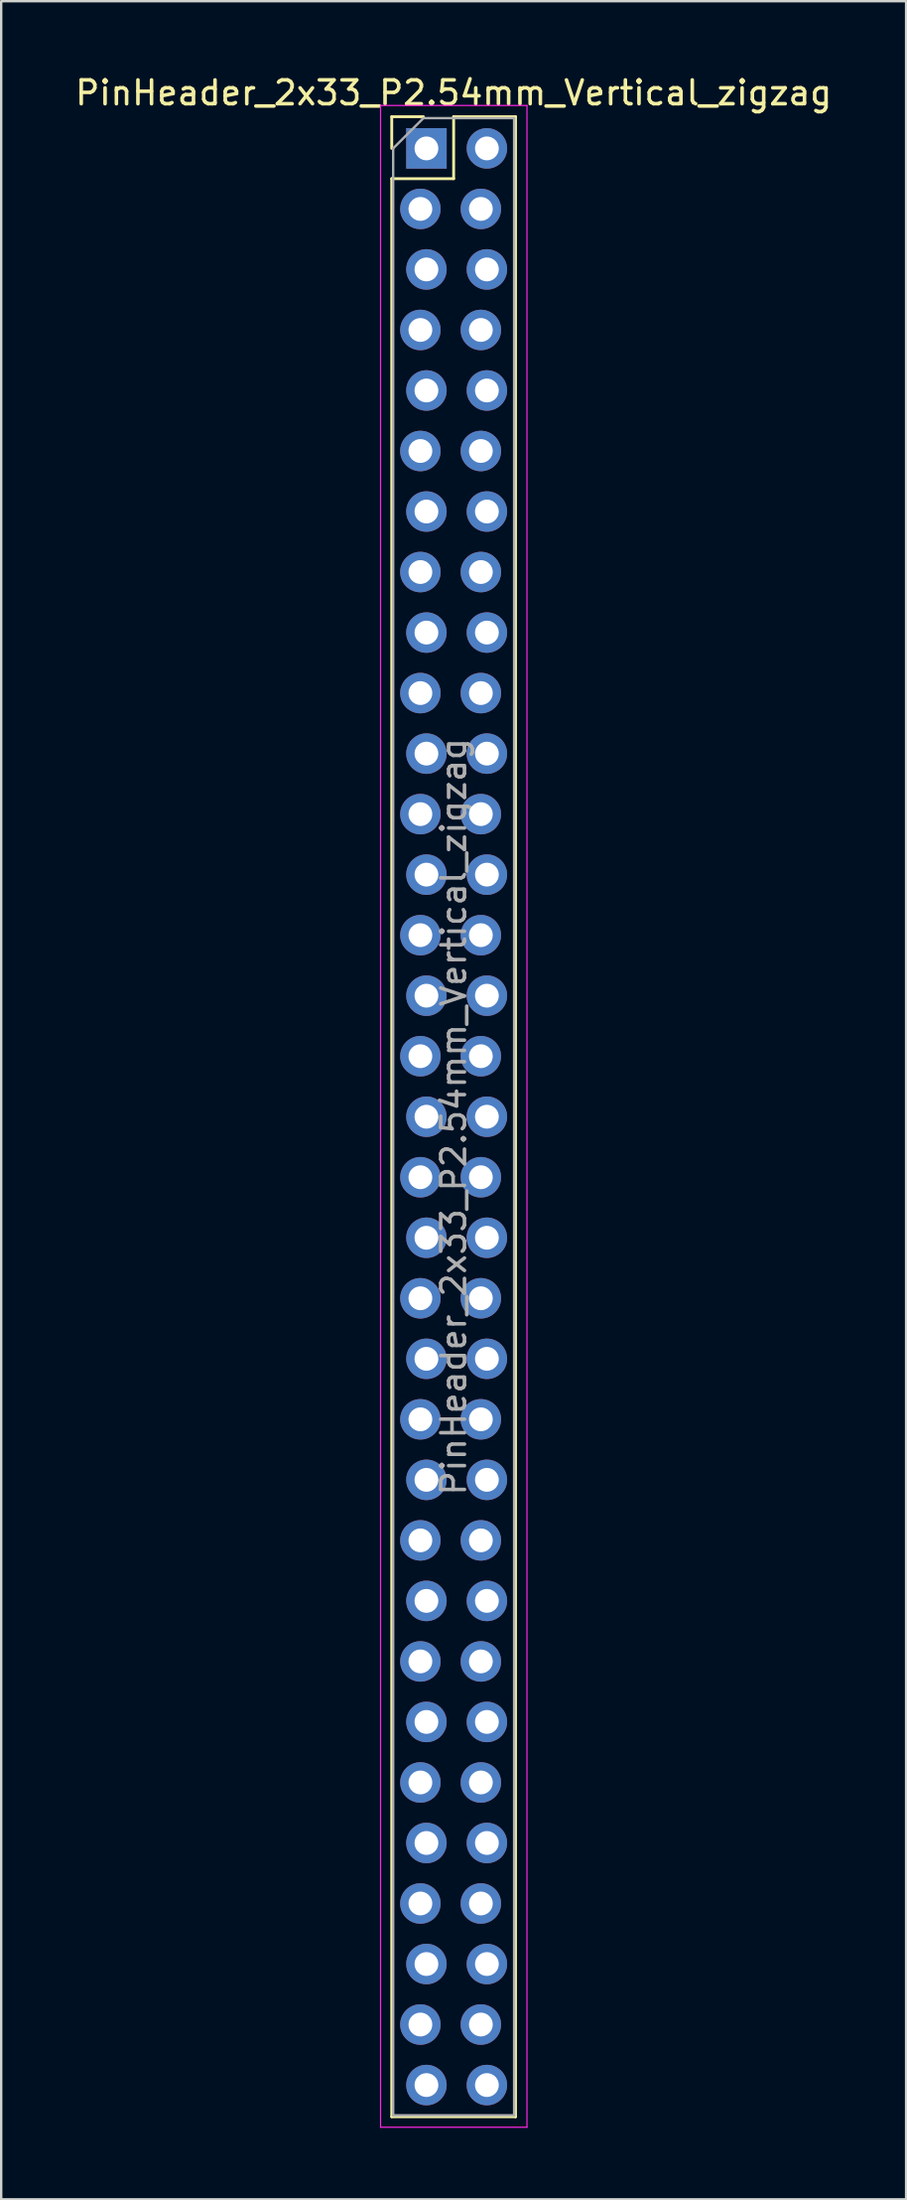
<source format=kicad_pcb>
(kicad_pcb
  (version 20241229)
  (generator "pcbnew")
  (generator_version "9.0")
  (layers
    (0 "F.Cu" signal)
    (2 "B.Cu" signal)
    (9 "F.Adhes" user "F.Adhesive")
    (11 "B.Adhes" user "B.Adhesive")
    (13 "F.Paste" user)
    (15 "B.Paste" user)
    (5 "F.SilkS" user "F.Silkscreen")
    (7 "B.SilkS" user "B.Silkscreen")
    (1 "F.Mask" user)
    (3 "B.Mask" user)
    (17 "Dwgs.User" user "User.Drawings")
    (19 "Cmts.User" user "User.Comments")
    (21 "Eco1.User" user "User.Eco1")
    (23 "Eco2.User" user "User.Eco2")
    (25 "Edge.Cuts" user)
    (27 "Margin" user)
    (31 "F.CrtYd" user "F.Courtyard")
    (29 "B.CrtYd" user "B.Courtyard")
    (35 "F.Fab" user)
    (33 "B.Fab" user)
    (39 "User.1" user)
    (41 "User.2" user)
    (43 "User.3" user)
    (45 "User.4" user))
  (footprint "PinHeader_2x33_P2.54mm_Vertical_zigzag"
    (layer "F.Cu")
    (at 14.736 3.178)
    (property "Reference" "PinHeader_2x33_P2.54mm_Vertical_zigzag" (at 1.27 -2.33 0) (layer "F.SilkS") (effects (font (size 1 1) (thickness 0.15))))
    (attr through_hole)
    (fp_line (start -1.33 -1.33) (end 0 -1.33) (stroke (width 0.12) (type solid)) (layer "F.SilkS"))
    (fp_line (start -1.33 0) (end -1.33 -1.33) (stroke (width 0.12) (type solid)) (layer "F.SilkS"))
    (fp_line (start -1.33 1.27) (end -1.33 82.61) (stroke (width 0.12) (type solid)) (layer "F.SilkS"))
    (fp_line (start -1.33 1.27) (end 1.27 1.27) (stroke (width 0.12) (type solid)) (layer "F.SilkS"))
    (fp_line (start -1.33 82.61) (end 3.87 82.61) (stroke (width 0.12) (type solid)) (layer "F.SilkS"))
    (fp_line (start 1.27 -1.33) (end 3.87 -1.33) (stroke (width 0.12) (type solid)) (layer "F.SilkS"))
    (fp_line (start 1.27 1.27) (end 1.27 -1.33) (stroke (width 0.12) (type solid)) (layer "F.SilkS"))
    (fp_line (start 3.87 -1.33) (end 3.87 82.61) (stroke (width 0.12) (type solid)) (layer "F.SilkS"))
    (fp_line (start -1.8 -1.8) (end -1.8 83.05) (stroke (width 0.05) (type solid)) (layer "F.CrtYd"))
    (fp_line (start -1.8 83.05) (end 4.35 83.05) (stroke (width 0.05) (type solid)) (layer "F.CrtYd"))
    (fp_line (start 4.35 -1.8) (end -1.8 -1.8) (stroke (width 0.05) (type solid)) (layer "F.CrtYd"))
    (fp_line (start 4.35 83.05) (end 4.35 -1.8) (stroke (width 0.05) (type solid)) (layer "F.CrtYd"))
    (fp_line (start -1.27 0) (end 0 -1.27) (stroke (width 0.1) (type solid)) (layer "F.Fab"))
    (fp_line (start -1.27 82.55) (end -1.27 0) (stroke (width 0.1) (type solid)) (layer "F.Fab"))
    (fp_line (start 0 -1.27) (end 3.81 -1.27) (stroke (width 0.1) (type solid)) (layer "F.Fab"))
    (fp_line (start 3.81 -1.27) (end 3.81 82.55) (stroke (width 0.1) (type solid)) (layer "F.Fab"))
    (fp_line (start 3.81 82.55) (end -1.27 82.55) (stroke (width 0.1) (type solid)) (layer "F.Fab"))
    (fp_text user "${REFERENCE}" (at 1.27 40.64 90) (layer "F.Fab") (effects (font (size 1 1) (thickness 0.15))))
    (pad "1" thru_hole rect (at 0.127 0) (size 1.7 1.7) (drill 1) (layers "*.Cu" "*.Mask"))
    (pad "2" thru_hole oval (at 2.667 0) (size 1.7 1.7) (drill 1) (layers "*.Cu" "*.Mask"))
    (pad "3" thru_hole oval (at -0.127 2.54) (size 1.7 1.7) (drill 1) (layers "*.Cu" "*.Mask"))
    (pad "4" thru_hole oval (at 2.413 2.54) (size 1.7 1.7) (drill 1) (layers "*.Cu" "*.Mask"))
    (pad "5" thru_hole oval (at 0.127 5.08) (size 1.7 1.7) (drill 1) (layers "*.Cu" "*.Mask"))
    (pad "6" thru_hole oval (at 2.667 5.08) (size 1.7 1.7) (drill 1) (layers "*.Cu" "*.Mask"))
    (pad "7" thru_hole oval (at -0.127 7.62) (size 1.7 1.7) (drill 1) (layers "*.Cu" "*.Mask"))
    (pad "8" thru_hole oval (at 2.413 7.62) (size 1.7 1.7) (drill 1) (layers "*.Cu" "*.Mask"))
    (pad "9" thru_hole oval (at 0.127 10.16) (size 1.7 1.7) (drill 1) (layers "*.Cu" "*.Mask"))
    (pad "10" thru_hole oval (at 2.667 10.16) (size 1.7 1.7) (drill 1) (layers "*.Cu" "*.Mask"))
    (pad "11" thru_hole oval (at -0.127 12.7) (size 1.7 1.7) (drill 1) (layers "*.Cu" "*.Mask"))
    (pad "12" thru_hole oval (at 2.413 12.7) (size 1.7 1.7) (drill 1) (layers "*.Cu" "*.Mask"))
    (pad "13" thru_hole oval (at 0.127 15.24) (size 1.7 1.7) (drill 1) (layers "*.Cu" "*.Mask"))
    (pad "14" thru_hole oval (at 2.667 15.24) (size 1.7 1.7) (drill 1) (layers "*.Cu" "*.Mask"))
    (pad "15" thru_hole oval (at -0.127 17.78) (size 1.7 1.7) (drill 1) (layers "*.Cu" "*.Mask"))
    (pad "16" thru_hole oval (at 2.413 17.78) (size 1.7 1.7) (drill 1) (layers "*.Cu" "*.Mask"))
    (pad "17" thru_hole oval (at 0.127 20.32) (size 1.7 1.7) (drill 1) (layers "*.Cu" "*.Mask"))
    (pad "18" thru_hole oval (at 2.667 20.32) (size 1.7 1.7) (drill 1) (layers "*.Cu" "*.Mask"))
    (pad "19" thru_hole oval (at -0.127 22.86) (size 1.7 1.7) (drill 1) (layers "*.Cu" "*.Mask"))
    (pad "20" thru_hole oval (at 2.413 22.86) (size 1.7 1.7) (drill 1) (layers "*.Cu" "*.Mask"))
    (pad "21" thru_hole oval (at 0.127 25.4) (size 1.7 1.7) (drill 1) (layers "*.Cu" "*.Mask"))
    (pad "22" thru_hole oval (at 2.667 25.4) (size 1.7 1.7) (drill 1) (layers "*.Cu" "*.Mask"))
    (pad "23" thru_hole oval (at -0.127 27.94) (size 1.7 1.7) (drill 1) (layers "*.Cu" "*.Mask"))
    (pad "24" thru_hole oval (at 2.413 27.94) (size 1.7 1.7) (drill 1) (layers "*.Cu" "*.Mask"))
    (pad "25" thru_hole oval (at 0.127 30.48) (size 1.7 1.7) (drill 1) (layers "*.Cu" "*.Mask"))
    (pad "26" thru_hole oval (at 2.667 30.48) (size 1.7 1.7) (drill 1) (layers "*.Cu" "*.Mask"))
    (pad "27" thru_hole oval (at -0.127 33.02) (size 1.7 1.7) (drill 1) (layers "*.Cu" "*.Mask"))
    (pad "28" thru_hole oval (at 2.413 33.02) (size 1.7 1.7) (drill 1) (layers "*.Cu" "*.Mask"))
    (pad "29" thru_hole oval (at 0.127 35.56) (size 1.7 1.7) (drill 1) (layers "*.Cu" "*.Mask"))
    (pad "30" thru_hole oval (at 2.667 35.56) (size 1.7 1.7) (drill 1) (layers "*.Cu" "*.Mask"))
    (pad "31" thru_hole oval (at -0.127 38.1) (size 1.7 1.7) (drill 1) (layers "*.Cu" "*.Mask"))
    (pad "32" thru_hole oval (at 2.413 38.1) (size 1.7 1.7) (drill 1) (layers "*.Cu" "*.Mask"))
    (pad "33" thru_hole oval (at 0.127 40.64) (size 1.7 1.7) (drill 1) (layers "*.Cu" "*.Mask"))
    (pad "34" thru_hole oval (at 2.667 40.64) (size 1.7 1.7) (drill 1) (layers "*.Cu" "*.Mask"))
    (pad "35" thru_hole oval (at -0.127 43.18) (size 1.7 1.7) (drill 1) (layers "*.Cu" "*.Mask"))
    (pad "36" thru_hole oval (at 2.413 43.18) (size 1.7 1.7) (drill 1) (layers "*.Cu" "*.Mask"))
    (pad "37" thru_hole oval (at 0.127 45.72) (size 1.7 1.7) (drill 1) (layers "*.Cu" "*.Mask"))
    (pad "38" thru_hole oval (at 2.667 45.72) (size 1.7 1.7) (drill 1) (layers "*.Cu" "*.Mask"))
    (pad "39" thru_hole oval (at -0.127 48.26) (size 1.7 1.7) (drill 1) (layers "*.Cu" "*.Mask"))
    (pad "40" thru_hole oval (at 2.413 48.26) (size 1.7 1.7) (drill 1) (layers "*.Cu" "*.Mask"))
    (pad "41" thru_hole oval (at 0.127 50.8) (size 1.7 1.7) (drill 1) (layers "*.Cu" "*.Mask"))
    (pad "42" thru_hole oval (at 2.667 50.8) (size 1.7 1.7) (drill 1) (layers "*.Cu" "*.Mask"))
    (pad "43" thru_hole oval (at -0.127 53.34) (size 1.7 1.7) (drill 1) (layers "*.Cu" "*.Mask"))
    (pad "44" thru_hole oval (at 2.413 53.34) (size 1.7 1.7) (drill 1) (layers "*.Cu" "*.Mask"))
    (pad "45" thru_hole oval (at 0.127 55.88) (size 1.7 1.7) (drill 1) (layers "*.Cu" "*.Mask"))
    (pad "46" thru_hole oval (at 2.667 55.88) (size 1.7 1.7) (drill 1) (layers "*.Cu" "*.Mask"))
    (pad "47" thru_hole oval (at -0.127 58.42) (size 1.7 1.7) (drill 1) (layers "*.Cu" "*.Mask"))
    (pad "48" thru_hole oval (at 2.413 58.42) (size 1.7 1.7) (drill 1) (layers "*.Cu" "*.Mask"))
    (pad "49" thru_hole oval (at 0.127 60.96) (size 1.7 1.7) (drill 1) (layers "*.Cu" "*.Mask"))
    (pad "50" thru_hole oval (at 2.667 60.96) (size 1.7 1.7) (drill 1) (layers "*.Cu" "*.Mask"))
    (pad "51" thru_hole oval (at -0.127 63.5) (size 1.7 1.7) (drill 1) (layers "*.Cu" "*.Mask"))
    (pad "52" thru_hole oval (at 2.413 63.5) (size 1.7 1.7) (drill 1) (layers "*.Cu" "*.Mask"))
    (pad "53" thru_hole oval (at 0.127 66.04) (size 1.7 1.7) (drill 1) (layers "*.Cu" "*.Mask"))
    (pad "54" thru_hole oval (at 2.667 66.04) (size 1.7 1.7) (drill 1) (layers "*.Cu" "*.Mask"))
    (pad "55" thru_hole oval (at -0.127 68.58) (size 1.7 1.7) (drill 1) (layers "*.Cu" "*.Mask"))
    (pad "56" thru_hole oval (at 2.413 68.58) (size 1.7 1.7) (drill 1) (layers "*.Cu" "*.Mask"))
    (pad "57" thru_hole oval (at 0.127 71.12) (size 1.7 1.7) (drill 1) (layers "*.Cu" "*.Mask"))
    (pad "58" thru_hole oval (at 2.667 71.12) (size 1.7 1.7) (drill 1) (layers "*.Cu" "*.Mask"))
    (pad "59" thru_hole oval (at -0.127 73.66) (size 1.7 1.7) (drill 1) (layers "*.Cu" "*.Mask"))
    (pad "60" thru_hole oval (at 2.413 73.66) (size 1.7 1.7) (drill 1) (layers "*.Cu" "*.Mask"))
    (pad "61" thru_hole oval (at 0.127 76.2) (size 1.7 1.7) (drill 1) (layers "*.Cu" "*.Mask"))
    (pad "62" thru_hole oval (at 2.667 76.2) (size 1.7 1.7) (drill 1) (layers "*.Cu" "*.Mask"))
    (pad "63" thru_hole oval (at -0.127 78.74) (size 1.7 1.7) (drill 1) (layers "*.Cu" "*.Mask"))
    (pad "64" thru_hole oval (at 2.413 78.74) (size 1.7 1.7) (drill 1) (layers "*.Cu" "*.Mask"))
    (pad "65" thru_hole oval (at 0.127 81.28) (size 1.7 1.7) (drill 1) (layers "*.Cu" "*.Mask"))
    (pad "66" thru_hole oval (at 2.667 81.28) (size 1.7 1.7) (drill 1) (layers "*.Cu" "*.Mask")))
  (gr_rect
    (start -3 -3)
    (end 35.012 89.253)
    (stroke (width 0.1) (type default))
    (fill no)
    (layer "Edge.Cuts")))
</source>
